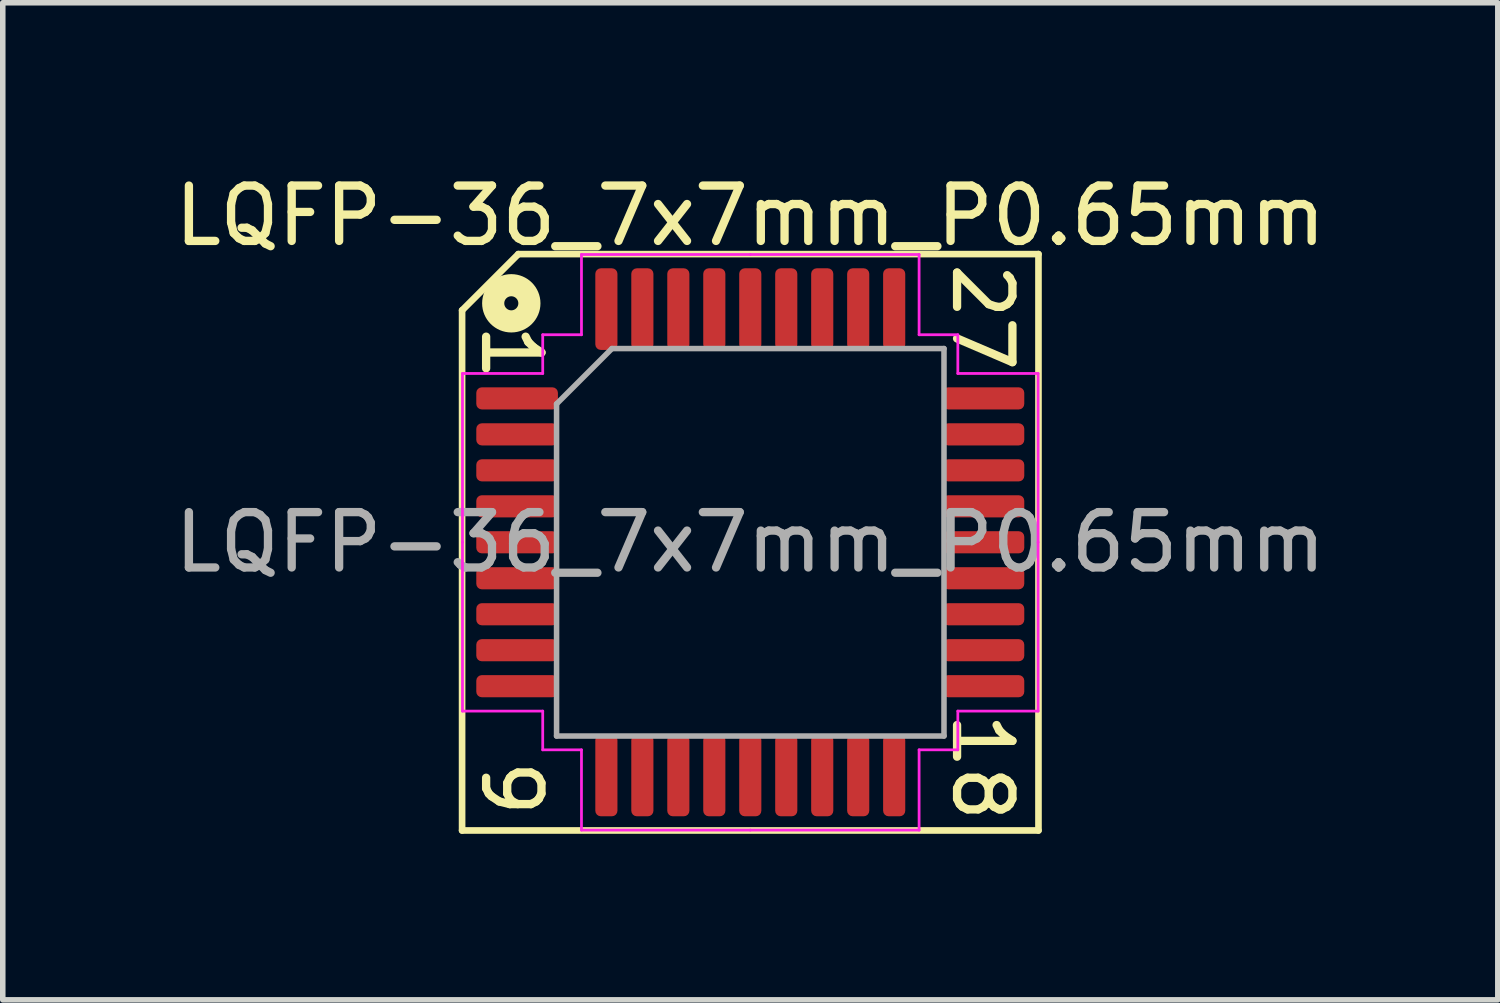
<source format=kicad_pcb>
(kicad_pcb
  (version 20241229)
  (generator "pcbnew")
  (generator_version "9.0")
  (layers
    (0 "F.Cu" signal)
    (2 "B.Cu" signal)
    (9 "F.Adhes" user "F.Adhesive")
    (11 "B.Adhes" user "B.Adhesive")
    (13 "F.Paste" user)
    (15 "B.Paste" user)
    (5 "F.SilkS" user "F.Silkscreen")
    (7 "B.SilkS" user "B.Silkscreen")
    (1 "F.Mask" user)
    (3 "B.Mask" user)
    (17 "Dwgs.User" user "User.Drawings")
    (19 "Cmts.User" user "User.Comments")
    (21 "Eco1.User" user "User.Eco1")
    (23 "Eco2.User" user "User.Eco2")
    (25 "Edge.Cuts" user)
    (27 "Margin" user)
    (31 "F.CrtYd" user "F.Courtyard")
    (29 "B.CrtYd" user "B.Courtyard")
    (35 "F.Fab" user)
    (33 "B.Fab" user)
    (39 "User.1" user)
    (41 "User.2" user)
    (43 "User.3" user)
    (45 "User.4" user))
  (footprint "LQFP-36_7x7mm_P0.65mm"
    (layer "F.Cu")
    (at 10.506 6.748)
    (property "Reference" "LQFP-36_7x7mm_P0.65mm" (at 0 -5.9 0) (layer "F.SilkS") (effects (font (size 1 1) (thickness 0.15))))
    (attr smd)
    (fp_line (start -5.207 -4.191) (end -4.191 -5.207) (stroke (width 0.12) (type solid)) (layer "F.SilkS"))
    (fp_line (start -5.207 5.207) (end -5.207 -4.191) (stroke (width 0.12) (type solid)) (layer "F.SilkS"))
    (fp_line (start -4.191 -5.207) (end 5.207 -5.207) (stroke (width 0.12) (type solid)) (layer "F.SilkS"))
    (fp_line (start 5.207 -5.207) (end 5.207 5.207) (stroke (width 0.12) (type solid)) (layer "F.SilkS"))
    (fp_line (start 5.207 5.207) (end -5.207 5.207) (stroke (width 0.12) (type solid)) (layer "F.SilkS"))
    (fp_circle (center -4.318 -4.318) (end -4.191 -4.318) (stroke (width 0.4) (type solid)) (fill no) (layer "F.SilkS"))
    (fp_line (start -5.2 -3.05) (end -5.2 0) (stroke (width 0.05) (type solid)) (layer "F.CrtYd"))
    (fp_line (start -5.2 3.05) (end -5.2 0) (stroke (width 0.05) (type solid)) (layer "F.CrtYd"))
    (fp_line (start -3.75 -3.75) (end -3.75 -3.05) (stroke (width 0.05) (type solid)) (layer "F.CrtYd"))
    (fp_line (start -3.75 -3.05) (end -5.2 -3.05) (stroke (width 0.05) (type solid)) (layer "F.CrtYd"))
    (fp_line (start -3.75 3.05) (end -5.2 3.05) (stroke (width 0.05) (type solid)) (layer "F.CrtYd"))
    (fp_line (start -3.75 3.75) (end -3.75 3.05) (stroke (width 0.05) (type solid)) (layer "F.CrtYd"))
    (fp_line (start -3.05 -5.2) (end -3.05 -3.75) (stroke (width 0.05) (type solid)) (layer "F.CrtYd"))
    (fp_line (start -3.05 -3.75) (end -3.75 -3.75) (stroke (width 0.05) (type solid)) (layer "F.CrtYd"))
    (fp_line (start -3.05 3.75) (end -3.75 3.75) (stroke (width 0.05) (type solid)) (layer "F.CrtYd"))
    (fp_line (start -3.05 5.2) (end -3.05 3.75) (stroke (width 0.05) (type solid)) (layer "F.CrtYd"))
    (fp_line (start 0 -5.2) (end -3.05 -5.2) (stroke (width 0.05) (type solid)) (layer "F.CrtYd"))
    (fp_line (start 0 -5.2) (end 3.05 -5.2) (stroke (width 0.05) (type solid)) (layer "F.CrtYd"))
    (fp_line (start 0 5.2) (end -3.05 5.2) (stroke (width 0.05) (type solid)) (layer "F.CrtYd"))
    (fp_line (start 0 5.2) (end 3.05 5.2) (stroke (width 0.05) (type solid)) (layer "F.CrtYd"))
    (fp_line (start 3.05 -5.2) (end 3.05 -3.75) (stroke (width 0.05) (type solid)) (layer "F.CrtYd"))
    (fp_line (start 3.05 -3.75) (end 3.75 -3.75) (stroke (width 0.05) (type solid)) (layer "F.CrtYd"))
    (fp_line (start 3.05 3.75) (end 3.75 3.75) (stroke (width 0.05) (type solid)) (layer "F.CrtYd"))
    (fp_line (start 3.05 5.2) (end 3.05 3.75) (stroke (width 0.05) (type solid)) (layer "F.CrtYd"))
    (fp_line (start 3.75 -3.75) (end 3.75 -3.05) (stroke (width 0.05) (type solid)) (layer "F.CrtYd"))
    (fp_line (start 3.75 -3.05) (end 5.2 -3.05) (stroke (width 0.05) (type solid)) (layer "F.CrtYd"))
    (fp_line (start 3.75 3.05) (end 5.2 3.05) (stroke (width 0.05) (type solid)) (layer "F.CrtYd"))
    (fp_line (start 3.75 3.75) (end 3.75 3.05) (stroke (width 0.05) (type solid)) (layer "F.CrtYd"))
    (fp_line (start 5.2 -3.05) (end 5.2 0) (stroke (width 0.05) (type solid)) (layer "F.CrtYd"))
    (fp_line (start 5.2 3.05) (end 5.2 0) (stroke (width 0.05) (type solid)) (layer "F.CrtYd"))
    (fp_line (start -3.5 -2.5) (end -2.5 -3.5) (stroke (width 0.1) (type solid)) (layer "F.Fab"))
    (fp_line (start -3.5 3.5) (end -3.5 -2.5) (stroke (width 0.1) (type solid)) (layer "F.Fab"))
    (fp_line (start -2.5 -3.5) (end 3.5 -3.5) (stroke (width 0.1) (type solid)) (layer "F.Fab"))
    (fp_line (start 3.5 -3.5) (end 3.5 3.5) (stroke (width 0.1) (type solid)) (layer "F.Fab"))
    (fp_line (start 3.5 3.5) (end -3.5 3.5) (stroke (width 0.1) (type solid)) (layer "F.Fab"))
    (fp_text user "18" (at 4.191 4.064 270) (unlocked yes) (layer "F.SilkS") (effects (font (size 1 1) (thickness 0.15))))
    (fp_text user "9" (at -4.318 4.445 270) (unlocked yes) (layer "F.SilkS") (effects (font (size 1 1) (thickness 0.15))))
    (fp_text user "27" (at 4.191 -4.064 270) (unlocked yes) (layer "F.SilkS") (effects (font (size 1 1) (thickness 0.15))))
    (fp_text user "1" (at -4.318 -3.429 270) (unlocked yes) (layer "F.SilkS") (effects (font (size 1 1) (thickness 0.15))))
    (fp_text user "${REFERENCE}" (at 0 0 0) (layer "F.Fab") (effects (font (size 1 1) (thickness 0.15))))
    (pad "1" smd roundrect (at -4.213 -2.6) (size 1.475 0.4) (layers "F.Cu" "F.Mask" "F.Paste") (roundrect_rratio 0.25))
    (pad "2" smd roundrect (at -4.213 -1.95) (size 1.475 0.4) (layers "F.Cu" "F.Mask" "F.Paste") (roundrect_rratio 0.25))
    (pad "3" smd roundrect (at -4.213 -1.3) (size 1.475 0.4) (layers "F.Cu" "F.Mask" "F.Paste") (roundrect_rratio 0.25))
    (pad "4" smd roundrect (at -4.213 -0.65) (size 1.475 0.4) (layers "F.Cu" "F.Mask" "F.Paste") (roundrect_rratio 0.25))
    (pad "5" smd roundrect (at -4.213 0) (size 1.475 0.4) (layers "F.Cu" "F.Mask" "F.Paste") (roundrect_rratio 0.25))
    (pad "6" smd roundrect (at -4.213 0.65) (size 1.475 0.4) (layers "F.Cu" "F.Mask" "F.Paste") (roundrect_rratio 0.25))
    (pad "7" smd roundrect (at -4.213 1.3) (size 1.475 0.4) (layers "F.Cu" "F.Mask" "F.Paste") (roundrect_rratio 0.25))
    (pad "8" smd roundrect (at -4.213 1.95) (size 1.475 0.4) (layers "F.Cu" "F.Mask" "F.Paste") (roundrect_rratio 0.25))
    (pad "9" smd roundrect (at -4.213 2.6) (size 1.475 0.4) (layers "F.Cu" "F.Mask" "F.Paste") (roundrect_rratio 0.25))
    (pad "10" smd roundrect (at -2.6 4.213) (size 0.4 1.475) (layers "F.Cu" "F.Mask" "F.Paste") (roundrect_rratio 0.25))
    (pad "11" smd roundrect (at -1.95 4.213) (size 0.4 1.475) (layers "F.Cu" "F.Mask" "F.Paste") (roundrect_rratio 0.25))
    (pad "12" smd roundrect (at -1.3 4.213) (size 0.4 1.475) (layers "F.Cu" "F.Mask" "F.Paste") (roundrect_rratio 0.25))
    (pad "13" smd roundrect (at -0.65 4.213) (size 0.4 1.475) (layers "F.Cu" "F.Mask" "F.Paste") (roundrect_rratio 0.25))
    (pad "14" smd roundrect (at 0 4.213) (size 0.4 1.475) (layers "F.Cu" "F.Mask" "F.Paste") (roundrect_rratio 0.25))
    (pad "15" smd roundrect (at 0.65 4.213) (size 0.4 1.475) (layers "F.Cu" "F.Mask" "F.Paste") (roundrect_rratio 0.25))
    (pad "16" smd roundrect (at 1.3 4.213) (size 0.4 1.475) (layers "F.Cu" "F.Mask" "F.Paste") (roundrect_rratio 0.25))
    (pad "17" smd roundrect (at 1.95 4.213) (size 0.4 1.475) (layers "F.Cu" "F.Mask" "F.Paste") (roundrect_rratio 0.25))
    (pad "18" smd roundrect (at 2.6 4.213) (size 0.4 1.475) (layers "F.Cu" "F.Mask" "F.Paste") (roundrect_rratio 0.25))
    (pad "19" smd roundrect (at 4.213 2.6) (size 1.475 0.4) (layers "F.Cu" "F.Mask" "F.Paste") (roundrect_rratio 0.25))
    (pad "20" smd roundrect (at 4.213 1.95) (size 1.475 0.4) (layers "F.Cu" "F.Mask" "F.Paste") (roundrect_rratio 0.25))
    (pad "21" smd roundrect (at 4.213 1.3) (size 1.475 0.4) (layers "F.Cu" "F.Mask" "F.Paste") (roundrect_rratio 0.25))
    (pad "22" smd roundrect (at 4.213 0.65) (size 1.475 0.4) (layers "F.Cu" "F.Mask" "F.Paste") (roundrect_rratio 0.25))
    (pad "23" smd roundrect (at 4.213 0) (size 1.475 0.4) (layers "F.Cu" "F.Mask" "F.Paste") (roundrect_rratio 0.25))
    (pad "24" smd roundrect (at 4.213 -0.65) (size 1.475 0.4) (layers "F.Cu" "F.Mask" "F.Paste") (roundrect_rratio 0.25))
    (pad "25" smd roundrect (at 4.213 -1.3) (size 1.475 0.4) (layers "F.Cu" "F.Mask" "F.Paste") (roundrect_rratio 0.25))
    (pad "26" smd roundrect (at 4.213 -1.95) (size 1.475 0.4) (layers "F.Cu" "F.Mask" "F.Paste") (roundrect_rratio 0.25))
    (pad "27" smd roundrect (at 4.213 -2.6) (size 1.475 0.4) (layers "F.Cu" "F.Mask" "F.Paste") (roundrect_rratio 0.25))
    (pad "28" smd roundrect (at 2.6 -4.213) (size 0.4 1.475) (layers "F.Cu" "F.Mask" "F.Paste") (roundrect_rratio 0.25))
    (pad "29" smd roundrect (at 1.95 -4.213) (size 0.4 1.475) (layers "F.Cu" "F.Mask" "F.Paste") (roundrect_rratio 0.25))
    (pad "30" smd roundrect (at 1.3 -4.213) (size 0.4 1.475) (layers "F.Cu" "F.Mask" "F.Paste") (roundrect_rratio 0.25))
    (pad "31" smd roundrect (at 0.65 -4.213) (size 0.4 1.475) (layers "F.Cu" "F.Mask" "F.Paste") (roundrect_rratio 0.25))
    (pad "32" smd roundrect (at 0 -4.213) (size 0.4 1.475) (layers "F.Cu" "F.Mask" "F.Paste") (roundrect_rratio 0.25))
    (pad "33" smd roundrect (at -0.65 -4.213) (size 0.4 1.475) (layers "F.Cu" "F.Mask" "F.Paste") (roundrect_rratio 0.25))
    (pad "34" smd roundrect (at -1.3 -4.213) (size 0.4 1.475) (layers "F.Cu" "F.Mask" "F.Paste") (roundrect_rratio 0.25))
    (pad "35" smd roundrect (at -1.95 -4.213) (size 0.4 1.475) (layers "F.Cu" "F.Mask" "F.Paste") (roundrect_rratio 0.25))
    (pad "36" smd roundrect (at -2.6 -4.213) (size 0.4 1.475) (layers "F.Cu" "F.Mask" "F.Paste") (roundrect_rratio 0.25)))
  (gr_rect
    (start -3 -3)
    (end 24.012 15.015)
    (stroke (width 0.1) (type default))
    (fill no)
    (layer "Edge.Cuts")))
</source>
